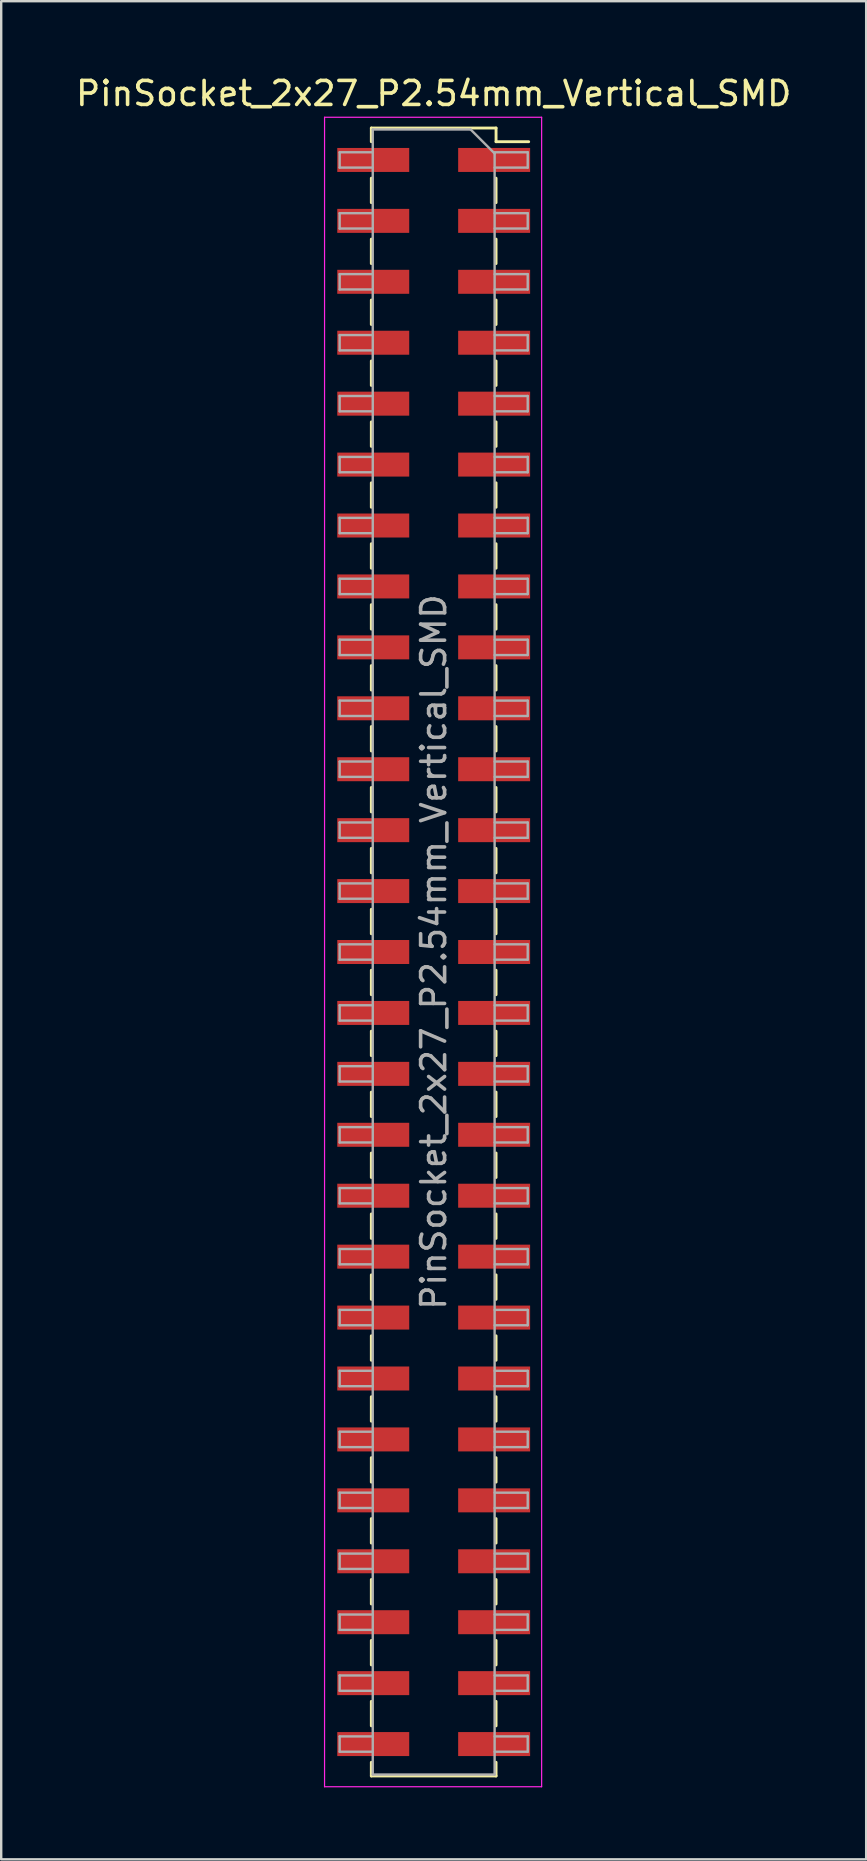
<source format=kicad_pcb>
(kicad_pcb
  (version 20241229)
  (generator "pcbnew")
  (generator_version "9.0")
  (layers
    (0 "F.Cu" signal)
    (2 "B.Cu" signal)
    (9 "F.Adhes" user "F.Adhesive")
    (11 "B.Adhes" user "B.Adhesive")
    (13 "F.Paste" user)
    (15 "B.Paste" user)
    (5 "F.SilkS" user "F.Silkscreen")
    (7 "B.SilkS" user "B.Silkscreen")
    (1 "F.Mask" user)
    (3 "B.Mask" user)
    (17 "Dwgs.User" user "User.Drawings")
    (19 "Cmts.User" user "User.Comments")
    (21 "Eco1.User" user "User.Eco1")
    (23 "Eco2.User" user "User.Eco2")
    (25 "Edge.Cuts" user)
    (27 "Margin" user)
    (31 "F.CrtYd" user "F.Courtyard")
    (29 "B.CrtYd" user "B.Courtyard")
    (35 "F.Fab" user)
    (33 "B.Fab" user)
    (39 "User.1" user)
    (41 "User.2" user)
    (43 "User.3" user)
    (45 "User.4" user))
  (footprint "PinSocket_2x27_P2.54mm_Vertical_SMD"
    (layer "F.Cu")
    (at 15.03 36.638)
    (property "Reference" "PinSocket_2x27_P2.54mm_Vertical_SMD" (at 0 -35.79 0) (layer "F.SilkS") (effects (font (size 1 1) (thickness 0.15))))
    (attr smd)
    (fp_line (start -2.6 -34.35) (end -2.6 -33.78) (stroke (width 0.12) (type solid)) (layer "F.SilkS"))
    (fp_line (start -2.6 -34.35) (end 2.6 -34.35) (stroke (width 0.12) (type solid)) (layer "F.SilkS"))
    (fp_line (start -2.6 -32.26) (end -2.6 -31.24) (stroke (width 0.12) (type solid)) (layer "F.SilkS"))
    (fp_line (start -2.6 -29.72) (end -2.6 -28.7) (stroke (width 0.12) (type solid)) (layer "F.SilkS"))
    (fp_line (start -2.6 -27.18) (end -2.6 -26.16) (stroke (width 0.12) (type solid)) (layer "F.SilkS"))
    (fp_line (start -2.6 -24.64) (end -2.6 -23.62) (stroke (width 0.12) (type solid)) (layer "F.SilkS"))
    (fp_line (start -2.6 -22.1) (end -2.6 -21.08) (stroke (width 0.12) (type solid)) (layer "F.SilkS"))
    (fp_line (start -2.6 -19.56) (end -2.6 -18.54) (stroke (width 0.12) (type solid)) (layer "F.SilkS"))
    (fp_line (start -2.6 -17.02) (end -2.6 -16) (stroke (width 0.12) (type solid)) (layer "F.SilkS"))
    (fp_line (start -2.6 -14.48) (end -2.6 -13.46) (stroke (width 0.12) (type solid)) (layer "F.SilkS"))
    (fp_line (start -2.6 -11.94) (end -2.6 -10.92) (stroke (width 0.12) (type solid)) (layer "F.SilkS"))
    (fp_line (start -2.6 -9.4) (end -2.6 -8.38) (stroke (width 0.12) (type solid)) (layer "F.SilkS"))
    (fp_line (start -2.6 -6.86) (end -2.6 -5.84) (stroke (width 0.12) (type solid)) (layer "F.SilkS"))
    (fp_line (start -2.6 -4.32) (end -2.6 -3.3) (stroke (width 0.12) (type solid)) (layer "F.SilkS"))
    (fp_line (start -2.6 -1.78) (end -2.6 -0.76) (stroke (width 0.12) (type solid)) (layer "F.SilkS"))
    (fp_line (start -2.6 0.76) (end -2.6 1.78) (stroke (width 0.12) (type solid)) (layer "F.SilkS"))
    (fp_line (start -2.6 3.3) (end -2.6 4.32) (stroke (width 0.12) (type solid)) (layer "F.SilkS"))
    (fp_line (start -2.6 5.84) (end -2.6 6.86) (stroke (width 0.12) (type solid)) (layer "F.SilkS"))
    (fp_line (start -2.6 8.38) (end -2.6 9.4) (stroke (width 0.12) (type solid)) (layer "F.SilkS"))
    (fp_line (start -2.6 10.92) (end -2.6 11.94) (stroke (width 0.12) (type solid)) (layer "F.SilkS"))
    (fp_line (start -2.6 13.46) (end -2.6 14.48) (stroke (width 0.12) (type solid)) (layer "F.SilkS"))
    (fp_line (start -2.6 16) (end -2.6 17.02) (stroke (width 0.12) (type solid)) (layer "F.SilkS"))
    (fp_line (start -2.6 18.54) (end -2.6 19.56) (stroke (width 0.12) (type solid)) (layer "F.SilkS"))
    (fp_line (start -2.6 21.08) (end -2.6 22.1) (stroke (width 0.12) (type solid)) (layer "F.SilkS"))
    (fp_line (start -2.6 23.62) (end -2.6 24.64) (stroke (width 0.12) (type solid)) (layer "F.SilkS"))
    (fp_line (start -2.6 26.16) (end -2.6 27.18) (stroke (width 0.12) (type solid)) (layer "F.SilkS"))
    (fp_line (start -2.6 28.7) (end -2.6 29.72) (stroke (width 0.12) (type solid)) (layer "F.SilkS"))
    (fp_line (start -2.6 31.24) (end -2.6 32.26) (stroke (width 0.12) (type solid)) (layer "F.SilkS"))
    (fp_line (start -2.6 33.78) (end -2.6 34.35) (stroke (width 0.12) (type solid)) (layer "F.SilkS"))
    (fp_line (start -2.6 34.35) (end 2.6 34.35) (stroke (width 0.12) (type solid)) (layer "F.SilkS"))
    (fp_line (start 2.6 -34.35) (end 2.6 -33.78) (stroke (width 0.12) (type solid)) (layer "F.SilkS"))
    (fp_line (start 2.6 -33.78) (end 3.96 -33.78) (stroke (width 0.12) (type solid)) (layer "F.SilkS"))
    (fp_line (start 2.6 -32.26) (end 2.6 -31.24) (stroke (width 0.12) (type solid)) (layer "F.SilkS"))
    (fp_line (start 2.6 -29.72) (end 2.6 -28.7) (stroke (width 0.12) (type solid)) (layer "F.SilkS"))
    (fp_line (start 2.6 -27.18) (end 2.6 -26.16) (stroke (width 0.12) (type solid)) (layer "F.SilkS"))
    (fp_line (start 2.6 -24.64) (end 2.6 -23.62) (stroke (width 0.12) (type solid)) (layer "F.SilkS"))
    (fp_line (start 2.6 -22.1) (end 2.6 -21.08) (stroke (width 0.12) (type solid)) (layer "F.SilkS"))
    (fp_line (start 2.6 -19.56) (end 2.6 -18.54) (stroke (width 0.12) (type solid)) (layer "F.SilkS"))
    (fp_line (start 2.6 -17.02) (end 2.6 -16) (stroke (width 0.12) (type solid)) (layer "F.SilkS"))
    (fp_line (start 2.6 -14.48) (end 2.6 -13.46) (stroke (width 0.12) (type solid)) (layer "F.SilkS"))
    (fp_line (start 2.6 -11.94) (end 2.6 -10.92) (stroke (width 0.12) (type solid)) (layer "F.SilkS"))
    (fp_line (start 2.6 -9.4) (end 2.6 -8.38) (stroke (width 0.12) (type solid)) (layer "F.SilkS"))
    (fp_line (start 2.6 -6.86) (end 2.6 -5.84) (stroke (width 0.12) (type solid)) (layer "F.SilkS"))
    (fp_line (start 2.6 -4.32) (end 2.6 -3.3) (stroke (width 0.12) (type solid)) (layer "F.SilkS"))
    (fp_line (start 2.6 -1.78) (end 2.6 -0.76) (stroke (width 0.12) (type solid)) (layer "F.SilkS"))
    (fp_line (start 2.6 0.76) (end 2.6 1.78) (stroke (width 0.12) (type solid)) (layer "F.SilkS"))
    (fp_line (start 2.6 3.3) (end 2.6 4.32) (stroke (width 0.12) (type solid)) (layer "F.SilkS"))
    (fp_line (start 2.6 5.84) (end 2.6 6.86) (stroke (width 0.12) (type solid)) (layer "F.SilkS"))
    (fp_line (start 2.6 8.38) (end 2.6 9.4) (stroke (width 0.12) (type solid)) (layer "F.SilkS"))
    (fp_line (start 2.6 10.92) (end 2.6 11.94) (stroke (width 0.12) (type solid)) (layer "F.SilkS"))
    (fp_line (start 2.6 13.46) (end 2.6 14.48) (stroke (width 0.12) (type solid)) (layer "F.SilkS"))
    (fp_line (start 2.6 16) (end 2.6 17.02) (stroke (width 0.12) (type solid)) (layer "F.SilkS"))
    (fp_line (start 2.6 18.54) (end 2.6 19.56) (stroke (width 0.12) (type solid)) (layer "F.SilkS"))
    (fp_line (start 2.6 21.08) (end 2.6 22.1) (stroke (width 0.12) (type solid)) (layer "F.SilkS"))
    (fp_line (start 2.6 23.62) (end 2.6 24.64) (stroke (width 0.12) (type solid)) (layer "F.SilkS"))
    (fp_line (start 2.6 26.16) (end 2.6 27.18) (stroke (width 0.12) (type solid)) (layer "F.SilkS"))
    (fp_line (start 2.6 28.7) (end 2.6 29.72) (stroke (width 0.12) (type solid)) (layer "F.SilkS"))
    (fp_line (start 2.6 31.24) (end 2.6 32.26) (stroke (width 0.12) (type solid)) (layer "F.SilkS"))
    (fp_line (start 2.6 33.78) (end 2.6 34.35) (stroke (width 0.12) (type solid)) (layer "F.SilkS"))
    (fp_line (start -4.55 -34.8) (end 4.5 -34.8) (stroke (width 0.05) (type solid)) (layer "F.CrtYd"))
    (fp_line (start -4.55 34.8) (end -4.55 -34.8) (stroke (width 0.05) (type solid)) (layer "F.CrtYd"))
    (fp_line (start 4.5 -34.8) (end 4.5 34.8) (stroke (width 0.05) (type solid)) (layer "F.CrtYd"))
    (fp_line (start 4.5 34.8) (end -4.55 34.8) (stroke (width 0.05) (type solid)) (layer "F.CrtYd"))
    (fp_line (start -3.92 -33.34) (end -2.54 -33.34) (stroke (width 0.1) (type solid)) (layer "F.Fab"))
    (fp_line (start -3.92 -32.7) (end -3.92 -33.34) (stroke (width 0.1) (type solid)) (layer "F.Fab"))
    (fp_line (start -3.92 -30.8) (end -2.54 -30.8) (stroke (width 0.1) (type solid)) (layer "F.Fab"))
    (fp_line (start -3.92 -30.16) (end -3.92 -30.8) (stroke (width 0.1) (type solid)) (layer "F.Fab"))
    (fp_line (start -3.92 -28.26) (end -2.54 -28.26) (stroke (width 0.1) (type solid)) (layer "F.Fab"))
    (fp_line (start -3.92 -27.62) (end -3.92 -28.26) (stroke (width 0.1) (type solid)) (layer "F.Fab"))
    (fp_line (start -3.92 -25.72) (end -2.54 -25.72) (stroke (width 0.1) (type solid)) (layer "F.Fab"))
    (fp_line (start -3.92 -25.08) (end -3.92 -25.72) (stroke (width 0.1) (type solid)) (layer "F.Fab"))
    (fp_line (start -3.92 -23.18) (end -2.54 -23.18) (stroke (width 0.1) (type solid)) (layer "F.Fab"))
    (fp_line (start -3.92 -22.54) (end -3.92 -23.18) (stroke (width 0.1) (type solid)) (layer "F.Fab"))
    (fp_line (start -3.92 -20.64) (end -2.54 -20.64) (stroke (width 0.1) (type solid)) (layer "F.Fab"))
    (fp_line (start -3.92 -20) (end -3.92 -20.64) (stroke (width 0.1) (type solid)) (layer "F.Fab"))
    (fp_line (start -3.92 -18.1) (end -2.54 -18.1) (stroke (width 0.1) (type solid)) (layer "F.Fab"))
    (fp_line (start -3.92 -17.46) (end -3.92 -18.1) (stroke (width 0.1) (type solid)) (layer "F.Fab"))
    (fp_line (start -3.92 -15.56) (end -2.54 -15.56) (stroke (width 0.1) (type solid)) (layer "F.Fab"))
    (fp_line (start -3.92 -14.92) (end -3.92 -15.56) (stroke (width 0.1) (type solid)) (layer "F.Fab"))
    (fp_line (start -3.92 -13.02) (end -2.54 -13.02) (stroke (width 0.1) (type solid)) (layer "F.Fab"))
    (fp_line (start -3.92 -12.38) (end -3.92 -13.02) (stroke (width 0.1) (type solid)) (layer "F.Fab"))
    (fp_line (start -3.92 -10.48) (end -2.54 -10.48) (stroke (width 0.1) (type solid)) (layer "F.Fab"))
    (fp_line (start -3.92 -9.84) (end -3.92 -10.48) (stroke (width 0.1) (type solid)) (layer "F.Fab"))
    (fp_line (start -3.92 -7.94) (end -2.54 -7.94) (stroke (width 0.1) (type solid)) (layer "F.Fab"))
    (fp_line (start -3.92 -7.3) (end -3.92 -7.94) (stroke (width 0.1) (type solid)) (layer "F.Fab"))
    (fp_line (start -3.92 -5.4) (end -2.54 -5.4) (stroke (width 0.1) (type solid)) (layer "F.Fab"))
    (fp_line (start -3.92 -4.76) (end -3.92 -5.4) (stroke (width 0.1) (type solid)) (layer "F.Fab"))
    (fp_line (start -3.92 -2.86) (end -2.54 -2.86) (stroke (width 0.1) (type solid)) (layer "F.Fab"))
    (fp_line (start -3.92 -2.22) (end -3.92 -2.86) (stroke (width 0.1) (type solid)) (layer "F.Fab"))
    (fp_line (start -3.92 -0.32) (end -2.54 -0.32) (stroke (width 0.1) (type solid)) (layer "F.Fab"))
    (fp_line (start -3.92 0.32) (end -3.92 -0.32) (stroke (width 0.1) (type solid)) (layer "F.Fab"))
    (fp_line (start -3.92 2.22) (end -2.54 2.22) (stroke (width 0.1) (type solid)) (layer "F.Fab"))
    (fp_line (start -3.92 2.86) (end -3.92 2.22) (stroke (width 0.1) (type solid)) (layer "F.Fab"))
    (fp_line (start -3.92 4.76) (end -2.54 4.76) (stroke (width 0.1) (type solid)) (layer "F.Fab"))
    (fp_line (start -3.92 5.4) (end -3.92 4.76) (stroke (width 0.1) (type solid)) (layer "F.Fab"))
    (fp_line (start -3.92 7.3) (end -2.54 7.3) (stroke (width 0.1) (type solid)) (layer "F.Fab"))
    (fp_line (start -3.92 7.94) (end -3.92 7.3) (stroke (width 0.1) (type solid)) (layer "F.Fab"))
    (fp_line (start -3.92 9.84) (end -2.54 9.84) (stroke (width 0.1) (type solid)) (layer "F.Fab"))
    (fp_line (start -3.92 10.48) (end -3.92 9.84) (stroke (width 0.1) (type solid)) (layer "F.Fab"))
    (fp_line (start -3.92 12.38) (end -2.54 12.38) (stroke (width 0.1) (type solid)) (layer "F.Fab"))
    (fp_line (start -3.92 13.02) (end -3.92 12.38) (stroke (width 0.1) (type solid)) (layer "F.Fab"))
    (fp_line (start -3.92 14.92) (end -2.54 14.92) (stroke (width 0.1) (type solid)) (layer "F.Fab"))
    (fp_line (start -3.92 15.56) (end -3.92 14.92) (stroke (width 0.1) (type solid)) (layer "F.Fab"))
    (fp_line (start -3.92 17.46) (end -2.54 17.46) (stroke (width 0.1) (type solid)) (layer "F.Fab"))
    (fp_line (start -3.92 18.1) (end -3.92 17.46) (stroke (width 0.1) (type solid)) (layer "F.Fab"))
    (fp_line (start -3.92 20) (end -2.54 20) (stroke (width 0.1) (type solid)) (layer "F.Fab"))
    (fp_line (start -3.92 20.64) (end -3.92 20) (stroke (width 0.1) (type solid)) (layer "F.Fab"))
    (fp_line (start -3.92 22.54) (end -2.54 22.54) (stroke (width 0.1) (type solid)) (layer "F.Fab"))
    (fp_line (start -3.92 23.18) (end -3.92 22.54) (stroke (width 0.1) (type solid)) (layer "F.Fab"))
    (fp_line (start -3.92 25.08) (end -2.54 25.08) (stroke (width 0.1) (type solid)) (layer "F.Fab"))
    (fp_line (start -3.92 25.72) (end -3.92 25.08) (stroke (width 0.1) (type solid)) (layer "F.Fab"))
    (fp_line (start -3.92 27.62) (end -2.54 27.62) (stroke (width 0.1) (type solid)) (layer "F.Fab"))
    (fp_line (start -3.92 28.26) (end -3.92 27.62) (stroke (width 0.1) (type solid)) (layer "F.Fab"))
    (fp_line (start -3.92 30.16) (end -2.54 30.16) (stroke (width 0.1) (type solid)) (layer "F.Fab"))
    (fp_line (start -3.92 30.8) (end -3.92 30.16) (stroke (width 0.1) (type solid)) (layer "F.Fab"))
    (fp_line (start -3.92 32.7) (end -2.54 32.7) (stroke (width 0.1) (type solid)) (layer "F.Fab"))
    (fp_line (start -3.92 33.34) (end -3.92 32.7) (stroke (width 0.1) (type solid)) (layer "F.Fab"))
    (fp_line (start -2.54 -34.29) (end 1.54 -34.29) (stroke (width 0.1) (type solid)) (layer "F.Fab"))
    (fp_line (start -2.54 -32.7) (end -3.92 -32.7) (stroke (width 0.1) (type solid)) (layer "F.Fab"))
    (fp_line (start -2.54 -30.16) (end -3.92 -30.16) (stroke (width 0.1) (type solid)) (layer "F.Fab"))
    (fp_line (start -2.54 -27.62) (end -3.92 -27.62) (stroke (width 0.1) (type solid)) (layer "F.Fab"))
    (fp_line (start -2.54 -25.08) (end -3.92 -25.08) (stroke (width 0.1) (type solid)) (layer "F.Fab"))
    (fp_line (start -2.54 -22.54) (end -3.92 -22.54) (stroke (width 0.1) (type solid)) (layer "F.Fab"))
    (fp_line (start -2.54 -20) (end -3.92 -20) (stroke (width 0.1) (type solid)) (layer "F.Fab"))
    (fp_line (start -2.54 -17.46) (end -3.92 -17.46) (stroke (width 0.1) (type solid)) (layer "F.Fab"))
    (fp_line (start -2.54 -14.92) (end -3.92 -14.92) (stroke (width 0.1) (type solid)) (layer "F.Fab"))
    (fp_line (start -2.54 -12.38) (end -3.92 -12.38) (stroke (width 0.1) (type solid)) (layer "F.Fab"))
    (fp_line (start -2.54 -9.84) (end -3.92 -9.84) (stroke (width 0.1) (type solid)) (layer "F.Fab"))
    (fp_line (start -2.54 -7.3) (end -3.92 -7.3) (stroke (width 0.1) (type solid)) (layer "F.Fab"))
    (fp_line (start -2.54 -4.76) (end -3.92 -4.76) (stroke (width 0.1) (type solid)) (layer "F.Fab"))
    (fp_line (start -2.54 -2.22) (end -3.92 -2.22) (stroke (width 0.1) (type solid)) (layer "F.Fab"))
    (fp_line (start -2.54 0.32) (end -3.92 0.32) (stroke (width 0.1) (type solid)) (layer "F.Fab"))
    (fp_line (start -2.54 2.86) (end -3.92 2.86) (stroke (width 0.1) (type solid)) (layer "F.Fab"))
    (fp_line (start -2.54 5.4) (end -3.92 5.4) (stroke (width 0.1) (type solid)) (layer "F.Fab"))
    (fp_line (start -2.54 7.94) (end -3.92 7.94) (stroke (width 0.1) (type solid)) (layer "F.Fab"))
    (fp_line (start -2.54 10.48) (end -3.92 10.48) (stroke (width 0.1) (type solid)) (layer "F.Fab"))
    (fp_line (start -2.54 13.02) (end -3.92 13.02) (stroke (width 0.1) (type solid)) (layer "F.Fab"))
    (fp_line (start -2.54 15.56) (end -3.92 15.56) (stroke (width 0.1) (type solid)) (layer "F.Fab"))
    (fp_line (start -2.54 18.1) (end -3.92 18.1) (stroke (width 0.1) (type solid)) (layer "F.Fab"))
    (fp_line (start -2.54 20.64) (end -3.92 20.64) (stroke (width 0.1) (type solid)) (layer "F.Fab"))
    (fp_line (start -2.54 23.18) (end -3.92 23.18) (stroke (width 0.1) (type solid)) (layer "F.Fab"))
    (fp_line (start -2.54 25.72) (end -3.92 25.72) (stroke (width 0.1) (type solid)) (layer "F.Fab"))
    (fp_line (start -2.54 28.26) (end -3.92 28.26) (stroke (width 0.1) (type solid)) (layer "F.Fab"))
    (fp_line (start -2.54 30.8) (end -3.92 30.8) (stroke (width 0.1) (type solid)) (layer "F.Fab"))
    (fp_line (start -2.54 33.34) (end -3.92 33.34) (stroke (width 0.1) (type solid)) (layer "F.Fab"))
    (fp_line (start -2.54 34.29) (end -2.54 -34.29) (stroke (width 0.1) (type solid)) (layer "F.Fab"))
    (fp_line (start 1.54 -34.29) (end 2.54 -33.29) (stroke (width 0.1) (type solid)) (layer "F.Fab"))
    (fp_line (start 2.54 -33.34) (end 3.92 -33.34) (stroke (width 0.1) (type solid)) (layer "F.Fab"))
    (fp_line (start 2.54 -33.29) (end 2.54 34.29) (stroke (width 0.1) (type solid)) (layer "F.Fab"))
    (fp_line (start 2.54 -30.8) (end 3.92 -30.8) (stroke (width 0.1) (type solid)) (layer "F.Fab"))
    (fp_line (start 2.54 -28.26) (end 3.92 -28.26) (stroke (width 0.1) (type solid)) (layer "F.Fab"))
    (fp_line (start 2.54 -25.72) (end 3.92 -25.72) (stroke (width 0.1) (type solid)) (layer "F.Fab"))
    (fp_line (start 2.54 -23.18) (end 3.92 -23.18) (stroke (width 0.1) (type solid)) (layer "F.Fab"))
    (fp_line (start 2.54 -20.64) (end 3.92 -20.64) (stroke (width 0.1) (type solid)) (layer "F.Fab"))
    (fp_line (start 2.54 -18.1) (end 3.92 -18.1) (stroke (width 0.1) (type solid)) (layer "F.Fab"))
    (fp_line (start 2.54 -15.56) (end 3.92 -15.56) (stroke (width 0.1) (type solid)) (layer "F.Fab"))
    (fp_line (start 2.54 -13.02) (end 3.92 -13.02) (stroke (width 0.1) (type solid)) (layer "F.Fab"))
    (fp_line (start 2.54 -10.48) (end 3.92 -10.48) (stroke (width 0.1) (type solid)) (layer "F.Fab"))
    (fp_line (start 2.54 -7.94) (end 3.92 -7.94) (stroke (width 0.1) (type solid)) (layer "F.Fab"))
    (fp_line (start 2.54 -5.4) (end 3.92 -5.4) (stroke (width 0.1) (type solid)) (layer "F.Fab"))
    (fp_line (start 2.54 -2.86) (end 3.92 -2.86) (stroke (width 0.1) (type solid)) (layer "F.Fab"))
    (fp_line (start 2.54 -0.32) (end 3.92 -0.32) (stroke (width 0.1) (type solid)) (layer "F.Fab"))
    (fp_line (start 2.54 2.22) (end 3.92 2.22) (stroke (width 0.1) (type solid)) (layer "F.Fab"))
    (fp_line (start 2.54 4.76) (end 3.92 4.76) (stroke (width 0.1) (type solid)) (layer "F.Fab"))
    (fp_line (start 2.54 7.3) (end 3.92 7.3) (stroke (width 0.1) (type solid)) (layer "F.Fab"))
    (fp_line (start 2.54 9.84) (end 3.92 9.84) (stroke (width 0.1) (type solid)) (layer "F.Fab"))
    (fp_line (start 2.54 12.38) (end 3.92 12.38) (stroke (width 0.1) (type solid)) (layer "F.Fab"))
    (fp_line (start 2.54 14.92) (end 3.92 14.92) (stroke (width 0.1) (type solid)) (layer "F.Fab"))
    (fp_line (start 2.54 17.46) (end 3.92 17.46) (stroke (width 0.1) (type solid)) (layer "F.Fab"))
    (fp_line (start 2.54 20) (end 3.92 20) (stroke (width 0.1) (type solid)) (layer "F.Fab"))
    (fp_line (start 2.54 22.54) (end 3.92 22.54) (stroke (width 0.1) (type solid)) (layer "F.Fab"))
    (fp_line (start 2.54 25.08) (end 3.92 25.08) (stroke (width 0.1) (type solid)) (layer "F.Fab"))
    (fp_line (start 2.54 27.62) (end 3.92 27.62) (stroke (width 0.1) (type solid)) (layer "F.Fab"))
    (fp_line (start 2.54 30.16) (end 3.92 30.16) (stroke (width 0.1) (type solid)) (layer "F.Fab"))
    (fp_line (start 2.54 32.7) (end 3.92 32.7) (stroke (width 0.1) (type solid)) (layer "F.Fab"))
    (fp_line (start 2.54 34.29) (end -2.54 34.29) (stroke (width 0.1) (type solid)) (layer "F.Fab"))
    (fp_line (start 3.92 -33.34) (end 3.92 -32.7) (stroke (width 0.1) (type solid)) (layer "F.Fab"))
    (fp_line (start 3.92 -32.7) (end 2.54 -32.7) (stroke (width 0.1) (type solid)) (layer "F.Fab"))
    (fp_line (start 3.92 -30.8) (end 3.92 -30.16) (stroke (width 0.1) (type solid)) (layer "F.Fab"))
    (fp_line (start 3.92 -30.16) (end 2.54 -30.16) (stroke (width 0.1) (type solid)) (layer "F.Fab"))
    (fp_line (start 3.92 -28.26) (end 3.92 -27.62) (stroke (width 0.1) (type solid)) (layer "F.Fab"))
    (fp_line (start 3.92 -27.62) (end 2.54 -27.62) (stroke (width 0.1) (type solid)) (layer "F.Fab"))
    (fp_line (start 3.92 -25.72) (end 3.92 -25.08) (stroke (width 0.1) (type solid)) (layer "F.Fab"))
    (fp_line (start 3.92 -25.08) (end 2.54 -25.08) (stroke (width 0.1) (type solid)) (layer "F.Fab"))
    (fp_line (start 3.92 -23.18) (end 3.92 -22.54) (stroke (width 0.1) (type solid)) (layer "F.Fab"))
    (fp_line (start 3.92 -22.54) (end 2.54 -22.54) (stroke (width 0.1) (type solid)) (layer "F.Fab"))
    (fp_line (start 3.92 -20.64) (end 3.92 -20) (stroke (width 0.1) (type solid)) (layer "F.Fab"))
    (fp_line (start 3.92 -20) (end 2.54 -20) (stroke (width 0.1) (type solid)) (layer "F.Fab"))
    (fp_line (start 3.92 -18.1) (end 3.92 -17.46) (stroke (width 0.1) (type solid)) (layer "F.Fab"))
    (fp_line (start 3.92 -17.46) (end 2.54 -17.46) (stroke (width 0.1) (type solid)) (layer "F.Fab"))
    (fp_line (start 3.92 -15.56) (end 3.92 -14.92) (stroke (width 0.1) (type solid)) (layer "F.Fab"))
    (fp_line (start 3.92 -14.92) (end 2.54 -14.92) (stroke (width 0.1) (type solid)) (layer "F.Fab"))
    (fp_line (start 3.92 -13.02) (end 3.92 -12.38) (stroke (width 0.1) (type solid)) (layer "F.Fab"))
    (fp_line (start 3.92 -12.38) (end 2.54 -12.38) (stroke (width 0.1) (type solid)) (layer "F.Fab"))
    (fp_line (start 3.92 -10.48) (end 3.92 -9.84) (stroke (width 0.1) (type solid)) (layer "F.Fab"))
    (fp_line (start 3.92 -9.84) (end 2.54 -9.84) (stroke (width 0.1) (type solid)) (layer "F.Fab"))
    (fp_line (start 3.92 -7.94) (end 3.92 -7.3) (stroke (width 0.1) (type solid)) (layer "F.Fab"))
    (fp_line (start 3.92 -7.3) (end 2.54 -7.3) (stroke (width 0.1) (type solid)) (layer "F.Fab"))
    (fp_line (start 3.92 -5.4) (end 3.92 -4.76) (stroke (width 0.1) (type solid)) (layer "F.Fab"))
    (fp_line (start 3.92 -4.76) (end 2.54 -4.76) (stroke (width 0.1) (type solid)) (layer "F.Fab"))
    (fp_line (start 3.92 -2.86) (end 3.92 -2.22) (stroke (width 0.1) (type solid)) (layer "F.Fab"))
    (fp_line (start 3.92 -2.22) (end 2.54 -2.22) (stroke (width 0.1) (type solid)) (layer "F.Fab"))
    (fp_line (start 3.92 -0.32) (end 3.92 0.32) (stroke (width 0.1) (type solid)) (layer "F.Fab"))
    (fp_line (start 3.92 0.32) (end 2.54 0.32) (stroke (width 0.1) (type solid)) (layer "F.Fab"))
    (fp_line (start 3.92 2.22) (end 3.92 2.86) (stroke (width 0.1) (type solid)) (layer "F.Fab"))
    (fp_line (start 3.92 2.86) (end 2.54 2.86) (stroke (width 0.1) (type solid)) (layer "F.Fab"))
    (fp_line (start 3.92 4.76) (end 3.92 5.4) (stroke (width 0.1) (type solid)) (layer "F.Fab"))
    (fp_line (start 3.92 5.4) (end 2.54 5.4) (stroke (width 0.1) (type solid)) (layer "F.Fab"))
    (fp_line (start 3.92 7.3) (end 3.92 7.94) (stroke (width 0.1) (type solid)) (layer "F.Fab"))
    (fp_line (start 3.92 7.94) (end 2.54 7.94) (stroke (width 0.1) (type solid)) (layer "F.Fab"))
    (fp_line (start 3.92 9.84) (end 3.92 10.48) (stroke (width 0.1) (type solid)) (layer "F.Fab"))
    (fp_line (start 3.92 10.48) (end 2.54 10.48) (stroke (width 0.1) (type solid)) (layer "F.Fab"))
    (fp_line (start 3.92 12.38) (end 3.92 13.02) (stroke (width 0.1) (type solid)) (layer "F.Fab"))
    (fp_line (start 3.92 13.02) (end 2.54 13.02) (stroke (width 0.1) (type solid)) (layer "F.Fab"))
    (fp_line (start 3.92 14.92) (end 3.92 15.56) (stroke (width 0.1) (type solid)) (layer "F.Fab"))
    (fp_line (start 3.92 15.56) (end 2.54 15.56) (stroke (width 0.1) (type solid)) (layer "F.Fab"))
    (fp_line (start 3.92 17.46) (end 3.92 18.1) (stroke (width 0.1) (type solid)) (layer "F.Fab"))
    (fp_line (start 3.92 18.1) (end 2.54 18.1) (stroke (width 0.1) (type solid)) (layer "F.Fab"))
    (fp_line (start 3.92 20) (end 3.92 20.64) (stroke (width 0.1) (type solid)) (layer "F.Fab"))
    (fp_line (start 3.92 20.64) (end 2.54 20.64) (stroke (width 0.1) (type solid)) (layer "F.Fab"))
    (fp_line (start 3.92 22.54) (end 3.92 23.18) (stroke (width 0.1) (type solid)) (layer "F.Fab"))
    (fp_line (start 3.92 23.18) (end 2.54 23.18) (stroke (width 0.1) (type solid)) (layer "F.Fab"))
    (fp_line (start 3.92 25.08) (end 3.92 25.72) (stroke (width 0.1) (type solid)) (layer "F.Fab"))
    (fp_line (start 3.92 25.72) (end 2.54 25.72) (stroke (width 0.1) (type solid)) (layer "F.Fab"))
    (fp_line (start 3.92 27.62) (end 3.92 28.26) (stroke (width 0.1) (type solid)) (layer "F.Fab"))
    (fp_line (start 3.92 28.26) (end 2.54 28.26) (stroke (width 0.1) (type solid)) (layer "F.Fab"))
    (fp_line (start 3.92 30.16) (end 3.92 30.8) (stroke (width 0.1) (type solid)) (layer "F.Fab"))
    (fp_line (start 3.92 30.8) (end 2.54 30.8) (stroke (width 0.1) (type solid)) (layer "F.Fab"))
    (fp_line (start 3.92 32.7) (end 3.92 33.34) (stroke (width 0.1) (type solid)) (layer "F.Fab"))
    (fp_line (start 3.92 33.34) (end 2.54 33.34) (stroke (width 0.1) (type solid)) (layer "F.Fab"))
    (fp_text user "${REFERENCE}" (at 0 0 90) (layer "F.Fab") (effects (font (size 1 1) (thickness 0.15))))
    (pad "1" smd rect (at 2.52 -33.02) (size 3 1) (layers "F.Cu" "F.Mask" "F.Paste"))
    (pad "2" smd rect (at -2.52 -33.02) (size 3 1) (layers "F.Cu" "F.Mask" "F.Paste"))
    (pad "3" smd rect (at 2.52 -30.48) (size 3 1) (layers "F.Cu" "F.Mask" "F.Paste"))
    (pad "4" smd rect (at -2.52 -30.48) (size 3 1) (layers "F.Cu" "F.Mask" "F.Paste"))
    (pad "5" smd rect (at 2.52 -27.94) (size 3 1) (layers "F.Cu" "F.Mask" "F.Paste"))
    (pad "6" smd rect (at -2.52 -27.94) (size 3 1) (layers "F.Cu" "F.Mask" "F.Paste"))
    (pad "7" smd rect (at 2.52 -25.4) (size 3 1) (layers "F.Cu" "F.Mask" "F.Paste"))
    (pad "8" smd rect (at -2.52 -25.4) (size 3 1) (layers "F.Cu" "F.Mask" "F.Paste"))
    (pad "9" smd rect (at 2.52 -22.86) (size 3 1) (layers "F.Cu" "F.Mask" "F.Paste"))
    (pad "10" smd rect (at -2.52 -22.86) (size 3 1) (layers "F.Cu" "F.Mask" "F.Paste"))
    (pad "11" smd rect (at 2.52 -20.32) (size 3 1) (layers "F.Cu" "F.Mask" "F.Paste"))
    (pad "12" smd rect (at -2.52 -20.32) (size 3 1) (layers "F.Cu" "F.Mask" "F.Paste"))
    (pad "13" smd rect (at 2.52 -17.78) (size 3 1) (layers "F.Cu" "F.Mask" "F.Paste"))
    (pad "14" smd rect (at -2.52 -17.78) (size 3 1) (layers "F.Cu" "F.Mask" "F.Paste"))
    (pad "15" smd rect (at 2.52 -15.24) (size 3 1) (layers "F.Cu" "F.Mask" "F.Paste"))
    (pad "16" smd rect (at -2.52 -15.24) (size 3 1) (layers "F.Cu" "F.Mask" "F.Paste"))
    (pad "17" smd rect (at 2.52 -12.7) (size 3 1) (layers "F.Cu" "F.Mask" "F.Paste"))
    (pad "18" smd rect (at -2.52 -12.7) (size 3 1) (layers "F.Cu" "F.Mask" "F.Paste"))
    (pad "19" smd rect (at 2.52 -10.16) (size 3 1) (layers "F.Cu" "F.Mask" "F.Paste"))
    (pad "20" smd rect (at -2.52 -10.16) (size 3 1) (layers "F.Cu" "F.Mask" "F.Paste"))
    (pad "21" smd rect (at 2.52 -7.62) (size 3 1) (layers "F.Cu" "F.Mask" "F.Paste"))
    (pad "22" smd rect (at -2.52 -7.62) (size 3 1) (layers "F.Cu" "F.Mask" "F.Paste"))
    (pad "23" smd rect (at 2.52 -5.08) (size 3 1) (layers "F.Cu" "F.Mask" "F.Paste"))
    (pad "24" smd rect (at -2.52 -5.08) (size 3 1) (layers "F.Cu" "F.Mask" "F.Paste"))
    (pad "25" smd rect (at 2.52 -2.54) (size 3 1) (layers "F.Cu" "F.Mask" "F.Paste"))
    (pad "26" smd rect (at -2.52 -2.54) (size 3 1) (layers "F.Cu" "F.Mask" "F.Paste"))
    (pad "27" smd rect (at 2.52 0) (size 3 1) (layers "F.Cu" "F.Mask" "F.Paste"))
    (pad "28" smd rect (at -2.52 0) (size 3 1) (layers "F.Cu" "F.Mask" "F.Paste"))
    (pad "29" smd rect (at 2.52 2.54) (size 3 1) (layers "F.Cu" "F.Mask" "F.Paste"))
    (pad "30" smd rect (at -2.52 2.54) (size 3 1) (layers "F.Cu" "F.Mask" "F.Paste"))
    (pad "31" smd rect (at 2.52 5.08) (size 3 1) (layers "F.Cu" "F.Mask" "F.Paste"))
    (pad "32" smd rect (at -2.52 5.08) (size 3 1) (layers "F.Cu" "F.Mask" "F.Paste"))
    (pad "33" smd rect (at 2.52 7.62) (size 3 1) (layers "F.Cu" "F.Mask" "F.Paste"))
    (pad "34" smd rect (at -2.52 7.62) (size 3 1) (layers "F.Cu" "F.Mask" "F.Paste"))
    (pad "35" smd rect (at 2.52 10.16) (size 3 1) (layers "F.Cu" "F.Mask" "F.Paste"))
    (pad "36" smd rect (at -2.52 10.16) (size 3 1) (layers "F.Cu" "F.Mask" "F.Paste"))
    (pad "37" smd rect (at 2.52 12.7) (size 3 1) (layers "F.Cu" "F.Mask" "F.Paste"))
    (pad "38" smd rect (at -2.52 12.7) (size 3 1) (layers "F.Cu" "F.Mask" "F.Paste"))
    (pad "39" smd rect (at 2.52 15.24) (size 3 1) (layers "F.Cu" "F.Mask" "F.Paste"))
    (pad "40" smd rect (at -2.52 15.24) (size 3 1) (layers "F.Cu" "F.Mask" "F.Paste"))
    (pad "41" smd rect (at 2.52 17.78) (size 3 1) (layers "F.Cu" "F.Mask" "F.Paste"))
    (pad "42" smd rect (at -2.52 17.78) (size 3 1) (layers "F.Cu" "F.Mask" "F.Paste"))
    (pad "43" smd rect (at 2.52 20.32) (size 3 1) (layers "F.Cu" "F.Mask" "F.Paste"))
    (pad "44" smd rect (at -2.52 20.32) (size 3 1) (layers "F.Cu" "F.Mask" "F.Paste"))
    (pad "45" smd rect (at 2.52 22.86) (size 3 1) (layers "F.Cu" "F.Mask" "F.Paste"))
    (pad "46" smd rect (at -2.52 22.86) (size 3 1) (layers "F.Cu" "F.Mask" "F.Paste"))
    (pad "47" smd rect (at 2.52 25.4) (size 3 1) (layers "F.Cu" "F.Mask" "F.Paste"))
    (pad "48" smd rect (at -2.52 25.4) (size 3 1) (layers "F.Cu" "F.Mask" "F.Paste"))
    (pad "49" smd rect (at 2.52 27.94) (size 3 1) (layers "F.Cu" "F.Mask" "F.Paste"))
    (pad "50" smd rect (at -2.52 27.94) (size 3 1) (layers "F.Cu" "F.Mask" "F.Paste"))
    (pad "51" smd rect (at 2.52 30.48) (size 3 1) (layers "F.Cu" "F.Mask" "F.Paste"))
    (pad "52" smd rect (at -2.52 30.48) (size 3 1) (layers "F.Cu" "F.Mask" "F.Paste"))
    (pad "53" smd rect (at 2.52 33.02) (size 3 1) (layers "F.Cu" "F.Mask" "F.Paste"))
    (pad "54" smd rect (at -2.52 33.02) (size 3 1) (layers "F.Cu" "F.Mask" "F.Paste")))
  (gr_rect
    (start -3 -3)
    (end 33.06 74.463)
    (stroke (width 0.1) (type default))
    (fill no)
    (layer "Edge.Cuts")))
</source>
